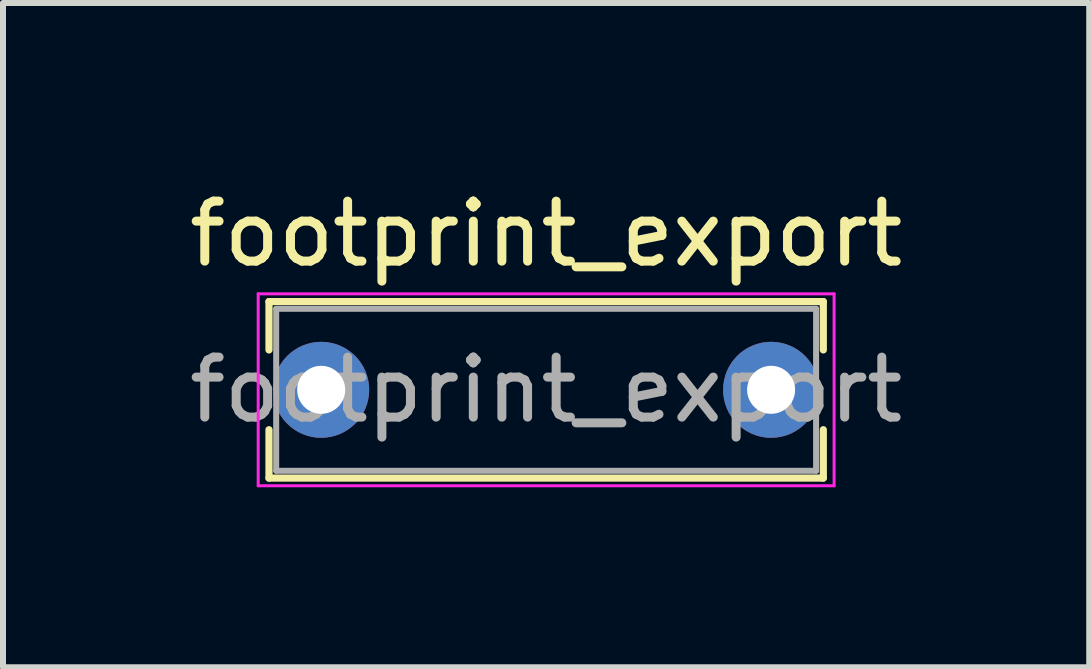
<source format=kicad_pcb>
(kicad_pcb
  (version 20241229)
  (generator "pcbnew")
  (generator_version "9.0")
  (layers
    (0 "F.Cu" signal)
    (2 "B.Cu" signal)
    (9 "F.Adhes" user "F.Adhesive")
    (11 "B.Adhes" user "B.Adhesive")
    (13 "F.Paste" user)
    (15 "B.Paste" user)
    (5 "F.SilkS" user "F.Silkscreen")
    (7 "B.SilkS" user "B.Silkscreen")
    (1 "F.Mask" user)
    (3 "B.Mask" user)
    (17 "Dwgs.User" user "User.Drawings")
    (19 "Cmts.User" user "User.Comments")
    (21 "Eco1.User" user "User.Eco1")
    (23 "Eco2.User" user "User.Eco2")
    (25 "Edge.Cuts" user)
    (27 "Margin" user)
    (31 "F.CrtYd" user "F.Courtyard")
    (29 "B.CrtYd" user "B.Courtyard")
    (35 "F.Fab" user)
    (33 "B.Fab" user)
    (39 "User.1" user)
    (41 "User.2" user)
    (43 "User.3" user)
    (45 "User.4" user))
  (footprint "footprint_export"
    (layer "F.Cu")
    (at 2.304 3.448)
    (property "Reference" "footprint_export" (at 3.75 -2.6 0) (layer "F.SilkS") (effects (font (size 1 1) (thickness 0.15))))
    (attr through_hole)
    (fp_line (start -0.87 -1.471) (end -0.87 -0.665) (stroke (width 0.12) (type solid)) (layer "F.SilkS"))
    (fp_line (start -0.87 -1.471) (end 8.37 -1.471) (stroke (width 0.12) (type solid)) (layer "F.SilkS"))
    (fp_line (start -0.87 0.665) (end -0.87 1.471) (stroke (width 0.12) (type solid)) (layer "F.SilkS"))
    (fp_line (start -0.87 1.471) (end 8.37 1.471) (stroke (width 0.12) (type solid)) (layer "F.SilkS"))
    (fp_line (start 8.37 -1.471) (end 8.37 -0.665) (stroke (width 0.12) (type solid)) (layer "F.SilkS"))
    (fp_line (start 8.37 0.665) (end 8.37 1.471) (stroke (width 0.12) (type solid)) (layer "F.SilkS"))
    (fp_line (start -1.05 -1.6) (end -1.05 1.6) (stroke (width 0.05) (type solid)) (layer "F.CrtYd"))
    (fp_line (start -1.05 1.6) (end 8.55 1.6) (stroke (width 0.05) (type solid)) (layer "F.CrtYd"))
    (fp_line (start 8.55 -1.6) (end -1.05 -1.6) (stroke (width 0.05) (type solid)) (layer "F.CrtYd"))
    (fp_line (start 8.55 1.6) (end 8.55 -1.6) (stroke (width 0.05) (type solid)) (layer "F.CrtYd"))
    (fp_line (start -0.75 -1.35) (end -0.75 1.35) (stroke (width 0.1) (type solid)) (layer "F.Fab"))
    (fp_line (start -0.75 1.35) (end 8.25 1.35) (stroke (width 0.1) (type solid)) (layer "F.Fab"))
    (fp_line (start 8.25 -1.35) (end -0.75 -1.35) (stroke (width 0.1) (type solid)) (layer "F.Fab"))
    (fp_line (start 8.25 1.35) (end 8.25 -1.35) (stroke (width 0.1) (type solid)) (layer "F.Fab"))
    (fp_text user "${REFERENCE}" (at 3.75 0 0) (layer "F.Fab") (effects (font (size 1 1) (thickness 0.15))))
    (pad "1" thru_hole circle (at 0 0) (size 1.6 1.6) (drill 0.8) (layers "*.Cu" "*.Mask"))
    (pad "2" thru_hole circle (at 7.5 0) (size 1.6 1.6) (drill 0.8) (layers "*.Cu" "*.Mask")))
  (gr_rect
    (start -3 -3)
    (end 15.107 8.073)
    (stroke (width 0.1) (type default))
    (fill no)
    (layer "Edge.Cuts")))
</source>
